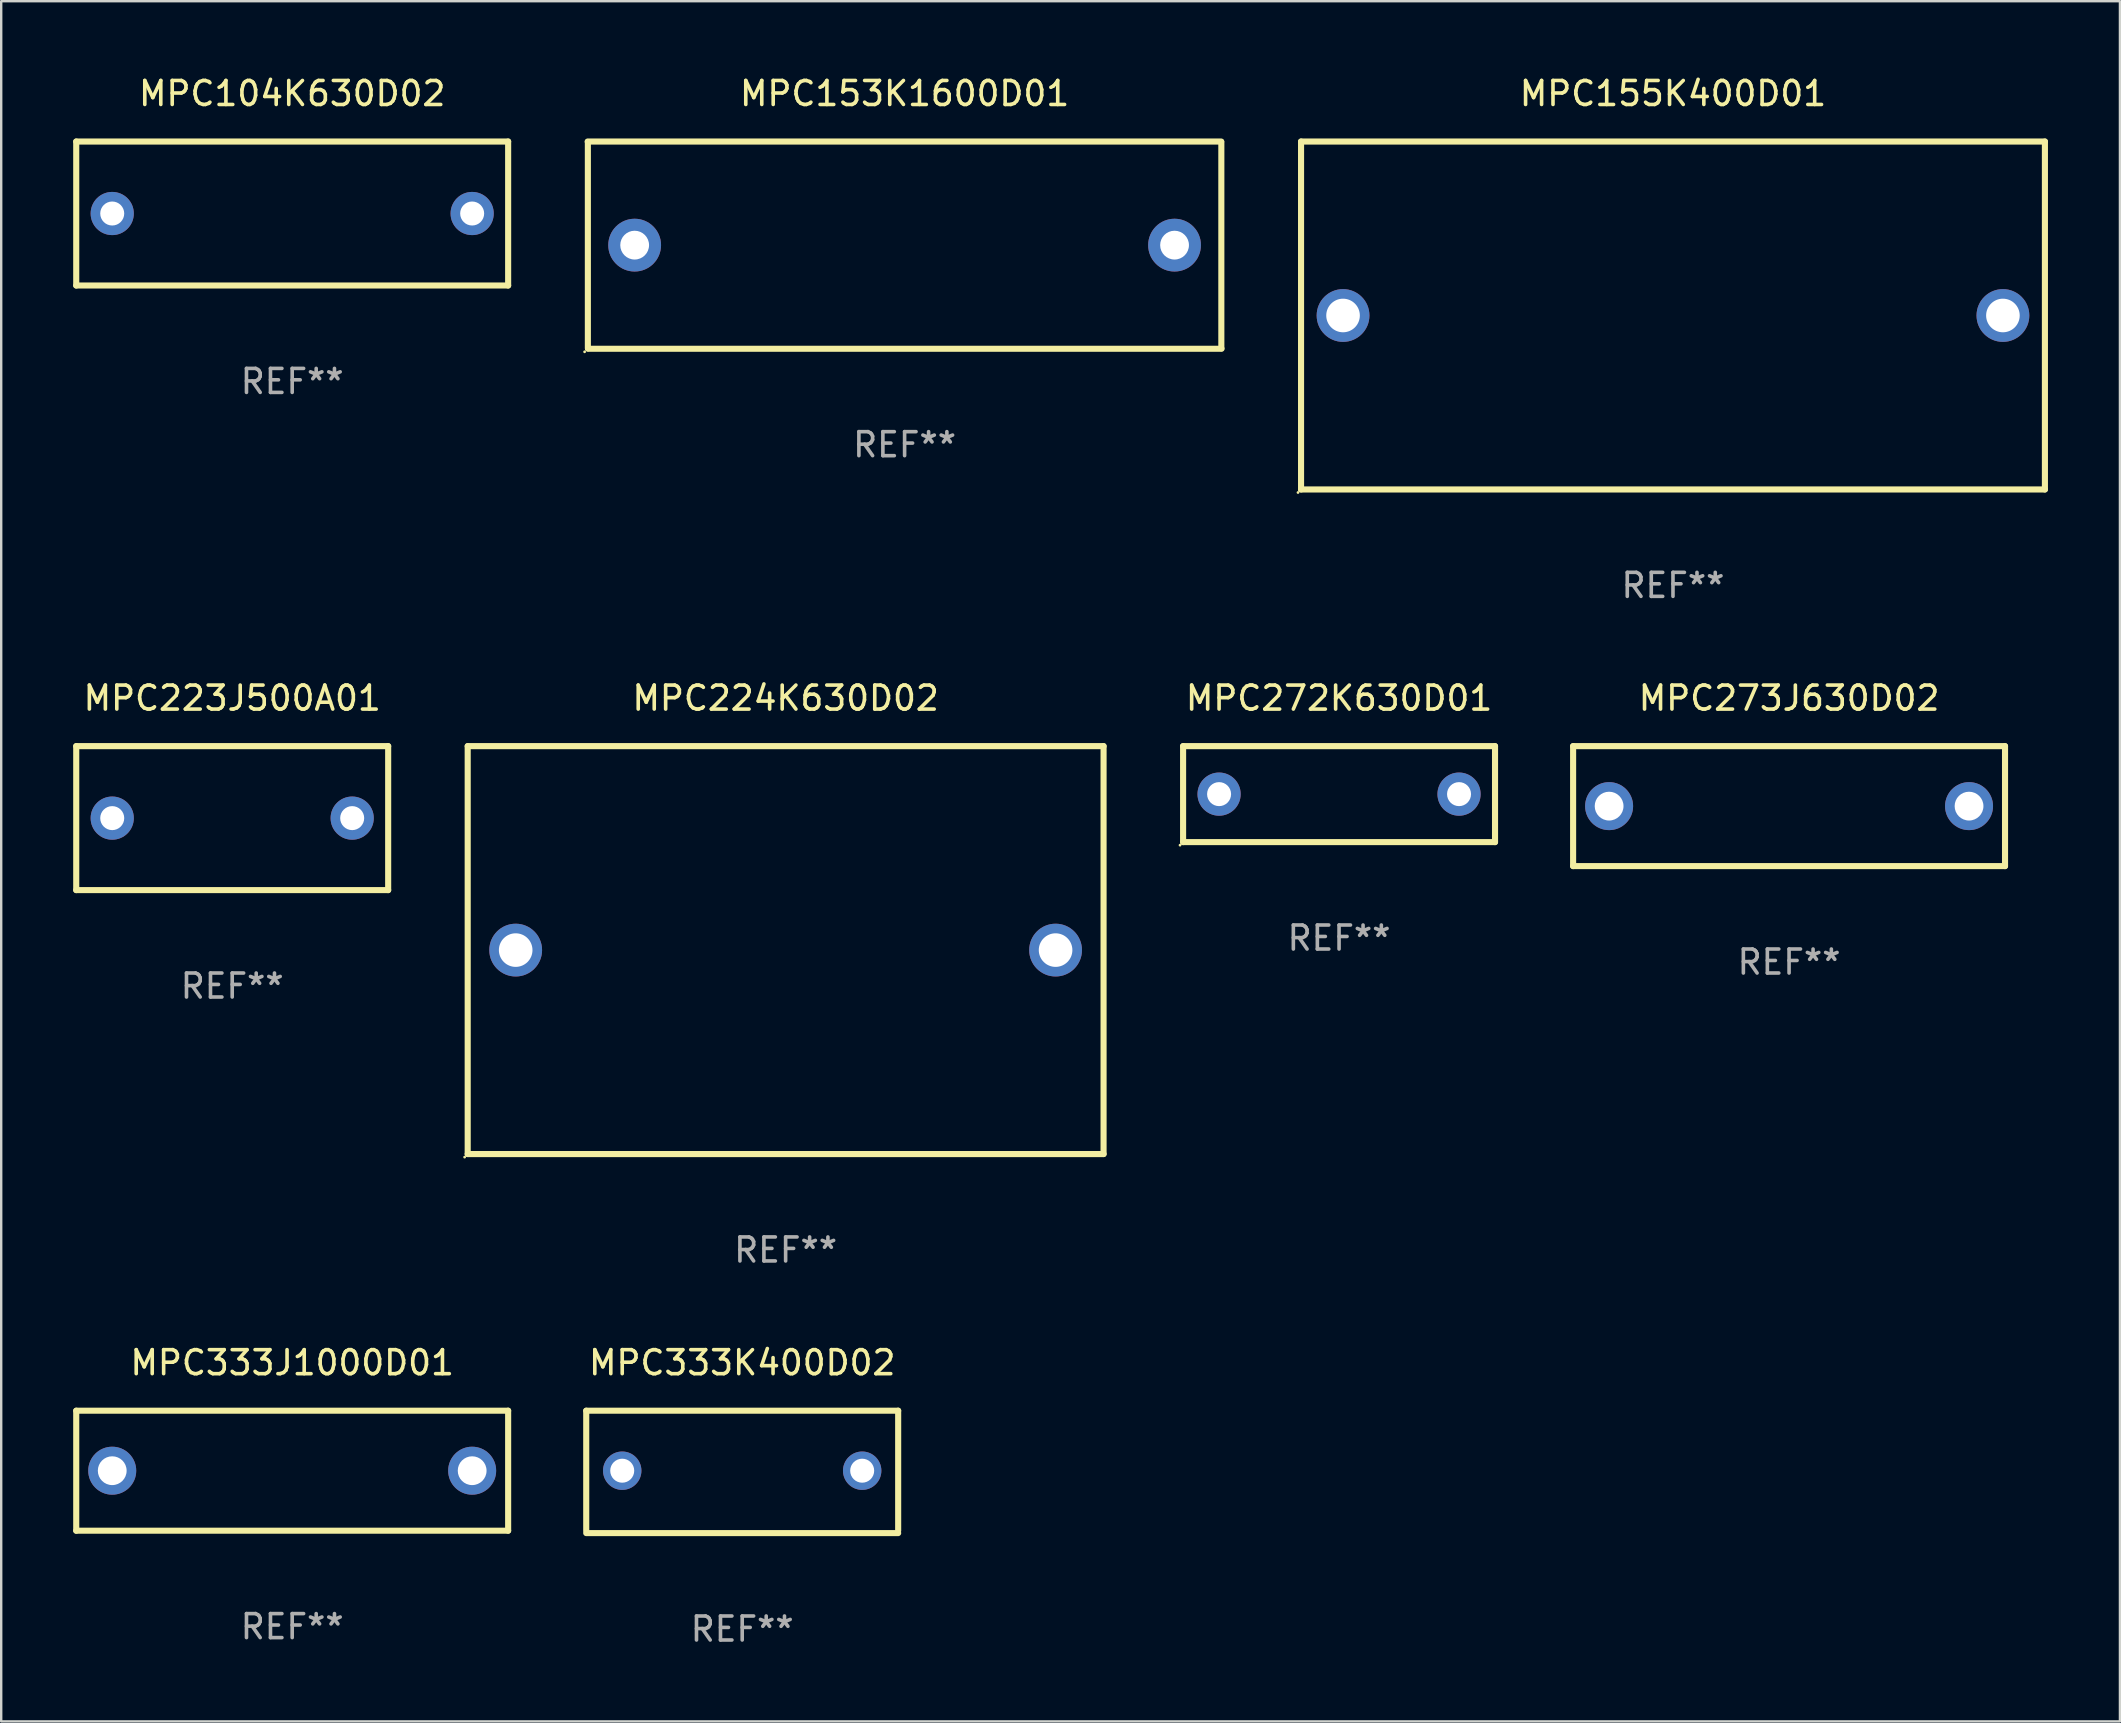
<source format=kicad_pcb>
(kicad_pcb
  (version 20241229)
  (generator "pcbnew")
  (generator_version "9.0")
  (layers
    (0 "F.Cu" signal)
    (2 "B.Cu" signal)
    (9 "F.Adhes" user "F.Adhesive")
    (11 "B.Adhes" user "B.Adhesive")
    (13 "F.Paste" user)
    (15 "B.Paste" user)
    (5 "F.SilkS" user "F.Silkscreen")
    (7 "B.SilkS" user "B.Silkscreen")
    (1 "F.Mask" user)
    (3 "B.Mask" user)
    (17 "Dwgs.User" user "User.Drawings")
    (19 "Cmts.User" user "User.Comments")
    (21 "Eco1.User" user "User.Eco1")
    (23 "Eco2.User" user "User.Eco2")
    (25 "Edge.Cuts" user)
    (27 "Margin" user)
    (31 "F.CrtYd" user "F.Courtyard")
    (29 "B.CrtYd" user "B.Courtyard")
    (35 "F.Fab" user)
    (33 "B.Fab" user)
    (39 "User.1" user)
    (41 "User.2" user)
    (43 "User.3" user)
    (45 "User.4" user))
  (footprint "MPC333J1000D01"
    (layer "F.Cu")
    (at 9.127 58.241)
    (property "Reference" "MPC333J1000D01" (at 0 -4.5 0) (layer "F.SilkS") (effects (font (size 1 1) (thickness 0.15))))
    (attr through_hole)
    (fp_line (start -9 -2.5) (end 9 -2.5) (stroke (width 0.254) (type solid)) (layer "F.SilkS"))
    (fp_line (start -9 2.5) (end -9 -2.5) (stroke (width 0.254) (type solid)) (layer "F.SilkS"))
    (fp_line (start 9 -2.5) (end 9 2.5) (stroke (width 0.254) (type solid)) (layer "F.SilkS"))
    (fp_line (start 9 2.5) (end -9 2.5) (stroke (width 0.254) (type solid)) (layer "F.SilkS"))
    (fp_circle (center -9 2.5) (end -8.97 2.5) (stroke (width 0.06) (type solid)) (fill no) (layer "F.SilkS"))
    (fp_text user "REF**" (at 0 6.5 0) (layer "F.Fab") (effects (font (size 1 1) (thickness 0.15))))
    (pad "1" thru_hole circle (at -7.5 -0.000127) (size 2 2) (drill 1.2) (layers "*.Cu" "*.Mask"))
    (pad "2" thru_hole circle (at 7.5 -0.000127) (size 2 2) (drill 1.2) (layers "*.Cu" "*.Mask")))
  (footprint "MPC104K630D02"
    (layer "F.Cu")
    (at 9.127 5.848)
    (property "Reference" "MPC104K630D02" (at 0 -5 0) (layer "F.SilkS") (effects (font (size 1 1) (thickness 0.15))))
    (attr through_hole)
    (fp_line (start -9 -3) (end 9 -3) (stroke (width 0.254) (type solid)) (layer "F.SilkS"))
    (fp_line (start -9 3) (end -9 -3) (stroke (width 0.254) (type solid)) (layer "F.SilkS"))
    (fp_line (start 9 -3) (end 9 3) (stroke (width 0.254) (type solid)) (layer "F.SilkS"))
    (fp_line (start 9 3) (end -9 3) (stroke (width 0.254) (type solid)) (layer "F.SilkS"))
    (fp_circle (center -9 3) (end -8.97 3) (stroke (width 0.06) (type solid)) (fill no) (layer "F.SilkS"))
    (fp_text user "REF**" (at 0 7 0) (layer "F.Fab") (effects (font (size 1 1) (thickness 0.15))))
    (pad "1" thru_hole circle (at -7.5 0) (size 1.8 1.8) (drill 1) (layers "*.Cu" "*.Mask"))
    (pad "2" thru_hole circle (at 7.5 0) (size 1.8 1.8) (drill 1) (layers "*.Cu" "*.Mask")))
  (footprint "MPC272K630D01"
    (layer "F.Cu")
    (at 52.755 30.045)
    (property "Reference" "MPC272K630D01" (at 0 -4 0) (layer "F.SilkS") (effects (font (size 1 1) (thickness 0.15))))
    (attr through_hole)
    (fp_line (start -6.5 -2) (end 6.5 -2) (stroke (width 0.254) (type solid)) (layer "F.SilkS"))
    (fp_line (start -6.5 2) (end -6.5 -2) (stroke (width 0.254) (type solid)) (layer "F.SilkS"))
    (fp_line (start 6.5 -2) (end 6.5 2) (stroke (width 0.254) (type solid)) (layer "F.SilkS"))
    (fp_line (start 6.5 2) (end -6.5 2) (stroke (width 0.254) (type solid)) (layer "F.SilkS"))
    (fp_circle (center -6.627 2.127) (end -6.597 2.127) (stroke (width 0.06) (type solid)) (fill no) (layer "F.SilkS"))
    (fp_text user "REF**" (at 0 6 0) (layer "F.Fab") (effects (font (size 1 1) (thickness 0.15))))
    (pad "1" thru_hole circle (at -5 0) (size 1.8 1.8) (drill 1) (layers "*.Cu" "*.Mask"))
    (pad "2" thru_hole circle (at 5 0) (size 1.8 1.8) (drill 1) (layers "*.Cu" "*.Mask")))
  (footprint "MPC224K630D02"
    (layer "F.Cu")
    (at 29.691 36.545)
    (property "Reference" "MPC224K630D02" (at 0 -10.5 0) (layer "F.SilkS") (effects (font (size 1 1) (thickness 0.15))))
    (attr through_hole)
    (fp_line (start -13.25 -8.5) (end -13.25 8.5) (stroke (width 0.254) (type solid)) (layer "F.SilkS"))
    (fp_line (start -13.25 -8.5) (end 13.25 -8.5) (stroke (width 0.254) (type solid)) (layer "F.SilkS"))
    (fp_line (start 13.25 -8.5) (end 13.25 8.5) (stroke (width 0.254) (type solid)) (layer "F.SilkS"))
    (fp_line (start 13.25 8.5) (end -13.25 8.5) (stroke (width 0.254) (type solid)) (layer "F.SilkS"))
    (fp_circle (center -13.377 8.627) (end -13.347 8.627) (stroke (width 0.06) (type solid)) (fill no) (layer "F.SilkS"))
    (fp_text user "REF**" (at 0 12.5 0) (layer "F.Fab") (effects (font (size 1 1) (thickness 0.15))))
    (pad "1" thru_hole circle (at -11.25 0) (size 2.2 2.2) (drill 1.4) (layers "*.Cu" "*.Mask"))
    (pad "2" thru_hole circle (at 11.25 0) (size 2.2 2.2) (drill 1.4) (layers "*.Cu" "*.Mask")))
  (footprint "MPC153K1600D01"
    (layer "F.Cu")
    (at 34.649 7.166)
    (property "Reference" "MPC153K1600D01" (at 0 -6.318 0) (layer "F.SilkS") (effects (font (size 1 1) (thickness 0.15))))
    (attr through_hole)
    (fp_line (start -13.208 -4.318) (end 13.193 -4.318) (stroke (width 0.254) (type solid)) (layer "F.SilkS"))
    (fp_line (start -13.2 4.3) (end -13.2 -4.3) (stroke (width 0.254) (type solid)) (layer "F.SilkS"))
    (fp_line (start 13.2 -4.3) (end 13.2 4.3) (stroke (width 0.254) (type solid)) (layer "F.SilkS"))
    (fp_line (start 13.208 4.318) (end -13.193 4.318) (stroke (width 0.254) (type solid)) (layer "F.SilkS"))
    (fp_circle (center -13.335 4.445) (end -13.305 4.445) (stroke (width 0.06) (type solid)) (fill no) (layer "F.SilkS"))
    (fp_text user "REF**" (at 0 8.318 0) (layer "F.Fab") (effects (font (size 1 1) (thickness 0.15))))
    (pad "1" thru_hole circle (at -11.25 0) (size 2.2 2.2) (drill 1.2) (layers "*.Cu" "*.Mask"))
    (pad "2" thru_hole circle (at 11.25 0) (size 2.2 2.2) (drill 1.2) (layers "*.Cu" "*.Mask")))
  (footprint "MPC223J500A01"
    (layer "F.Cu")
    (at 6.627 31.045)
    (property "Reference" "MPC223J500A01" (at 0 -5 0) (layer "F.SilkS") (effects (font (size 1 1) (thickness 0.15))))
    (attr through_hole)
    (fp_line (start -6.5 -3) (end 6.5 -3) (stroke (width 0.254) (type solid)) (layer "F.SilkS"))
    (fp_line (start -6.5 3) (end -6.5 -3) (stroke (width 0.254) (type solid)) (layer "F.SilkS"))
    (fp_line (start 6.5 -3) (end 6.5 3) (stroke (width 0.254) (type solid)) (layer "F.SilkS"))
    (fp_line (start 6.5 3) (end -6.5 3) (stroke (width 0.254) (type solid)) (layer "F.SilkS"))
    (fp_circle (center -6.5 3) (end -6.47 3) (stroke (width 0.06) (type solid)) (fill no) (layer "F.SilkS"))
    (fp_text user "REF**" (at 0 7 0) (layer "F.Fab") (effects (font (size 1 1) (thickness 0.15))))
    (pad "1" thru_hole circle (at -5 0) (size 1.8 1.8) (drill 1) (layers "*.Cu" "*.Mask"))
    (pad "2" thru_hole circle (at 5 0) (size 1.8 1.8) (drill 1) (layers "*.Cu" "*.Mask")))
  (footprint "MPC333K400D02"
    (layer "F.Cu")
    (at 27.881 58.291)
    (property "Reference" "MPC333K400D02" (at 0 -4.55 0) (layer "F.SilkS") (effects (font (size 1 1) (thickness 0.15))))
    (attr through_hole)
    (fp_line (start -6.5 -2.55) (end 6.5 -2.55) (stroke (width 0.254) (type solid)) (layer "F.SilkS"))
    (fp_line (start -6.5 2.45) (end -6.5 -2.55) (stroke (width 0.254) (type solid)) (layer "F.SilkS"))
    (fp_line (start 6.5 -2.55) (end 6.5 2.45) (stroke (width 0.254) (type solid)) (layer "F.SilkS"))
    (fp_line (start 6.5 2.55) (end -6.5 2.55) (stroke (width 0.254) (type solid)) (layer "F.SilkS"))
    (fp_circle (center -6.5 2.45) (end -6.47 2.45) (stroke (width 0.06) (type solid)) (fill no) (layer "F.SilkS"))
    (fp_text user "REF**" (at 0 6.55 0) (layer "F.Fab") (effects (font (size 1 1) (thickness 0.15))))
    (pad "1" thru_hole circle (at -5 -0.05) (size 1.6 1.6) (drill 1) (layers "*.Cu" "*.Mask"))
    (pad "2" thru_hole circle (at 5 -0.05) (size 1.6 1.6) (drill 1) (layers "*.Cu" "*.Mask")))
  (footprint "MPC273J630D02"
    (layer "F.Cu")
    (at 71.509 30.545)
    (property "Reference" "MPC273J630D02" (at 0 -4.5 0) (layer "F.SilkS") (effects (font (size 1 1) (thickness 0.15))))
    (attr through_hole)
    (fp_line (start -9 -2.5) (end 9 -2.5) (stroke (width 0.254) (type solid)) (layer "F.SilkS"))
    (fp_line (start -9 2.5) (end -9 -2.5) (stroke (width 0.254) (type solid)) (layer "F.SilkS"))
    (fp_line (start 9 -2.5) (end 9 2.5) (stroke (width 0.254) (type solid)) (layer "F.SilkS"))
    (fp_line (start 9 2.5) (end -9 2.5) (stroke (width 0.254) (type solid)) (layer "F.SilkS"))
    (fp_circle (center -9 2.5) (end -8.97 2.5) (stroke (width 0.06) (type solid)) (fill no) (layer "F.SilkS"))
    (fp_text user "REF**" (at 0 6.5 0) (layer "F.Fab") (effects (font (size 1 1) (thickness 0.15))))
    (pad "1" thru_hole circle (at -7.5 -0.000127) (size 2 2) (drill 1.2) (layers "*.Cu" "*.Mask"))
    (pad "2" thru_hole circle (at 7.5 -0.000127) (size 2 2) (drill 1.2) (layers "*.Cu" "*.Mask")))
  (footprint "MPC155K400D01"
    (layer "F.Cu")
    (at 66.671 10.098)
    (property "Reference" "MPC155K400D01" (at 0 -9.25 0) (layer "F.SilkS") (effects (font (size 1 1) (thickness 0.15))))
    (attr through_hole)
    (fp_line (start -15.5 -7.25) (end 15.5 -7.25) (stroke (width 0.254) (type solid)) (layer "F.SilkS"))
    (fp_line (start -15.5 7.25) (end -15.5 -7.25) (stroke (width 0.254) (type solid)) (layer "F.SilkS"))
    (fp_line (start 15.5 -7.25) (end 15.5 7.25) (stroke (width 0.254) (type solid)) (layer "F.SilkS"))
    (fp_line (start 15.5 7.25) (end -15.5 7.25) (stroke (width 0.254) (type solid)) (layer "F.SilkS"))
    (fp_circle (center -15.627 7.377) (end -15.597 7.377) (stroke (width 0.06) (type solid)) (fill no) (layer "F.SilkS"))
    (fp_text user "REF**" (at 0 11.25 0) (layer "F.Fab") (effects (font (size 1 1) (thickness 0.15))))
    (pad "1" thru_hole circle (at -13.75 -0.000013) (size 2.2 2.2) (drill 1.4) (layers "*.Cu" "*.Mask"))
    (pad "2" thru_hole circle (at 13.75 -0.000013) (size 2.2 2.2) (drill 1.4) (layers "*.Cu" "*.Mask")))
  (gr_rect
    (start -3 -3)
    (end 85.298 68.689)
    (stroke (width 0.1) (type default))
    (fill no)
    (layer "Edge.Cuts")))
</source>
